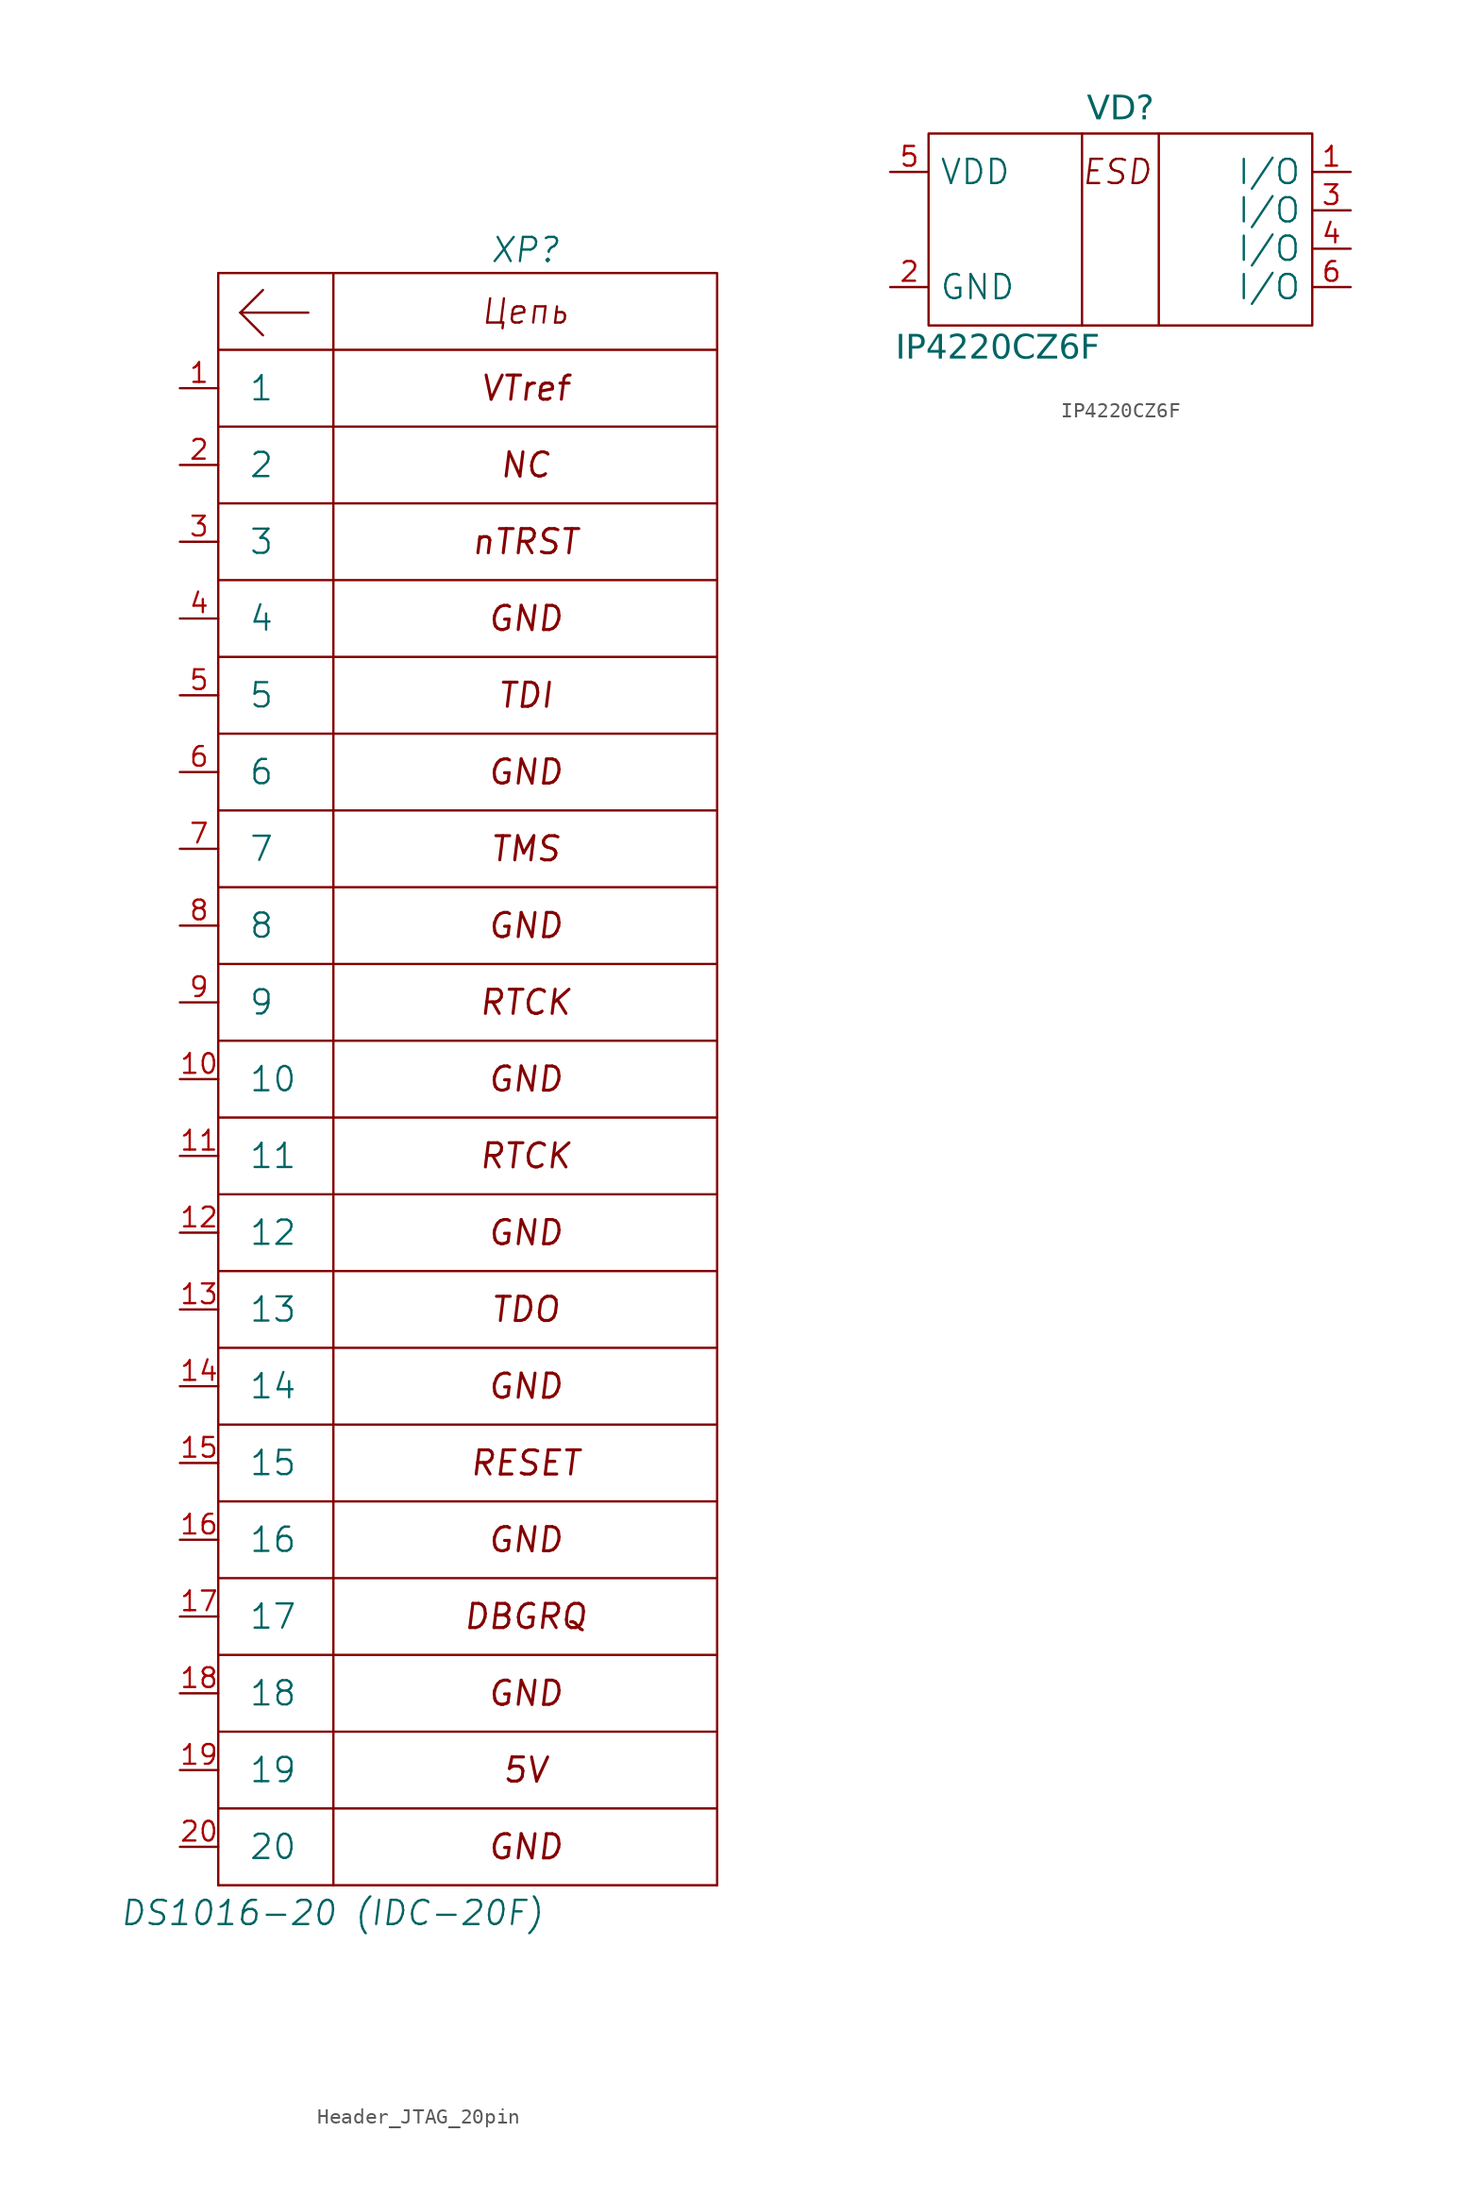
<source format=kicad_sym>
(kicad_symbol_lib
  (version 20231120)
  (generator "kicad_symbol_editor")
  (generator_version "8.0")
  (symbol "Header_JTAG_20pin"
    (pin_names
      (offset 2))
    (property "Reference" "XP"
      (at 22.86 9.144 0)
      (effects (font (size 1.6 1.6) (italic yes))))
    (property "Value" "DS1016-20 (IDC-20F)"
      (at 10.066 -100.894 0)
      (effects (font (size 1.6 1.6) (italic yes))))
    (symbol "Header_JTAG_20pin_0_1"
      (polyline (pts (xy 2.54 -93.98) (xy 2.54 -99.06)) (stroke (width 0) (type default)) (fill (type none)))
      (polyline (pts (xy 2.54 -88.9) (xy 2.54 -93.98)) (stroke (width 0) (type default)) (fill (type none)))
      (polyline (pts (xy 2.54 -83.82) (xy 2.54 -88.9)) (stroke (width 0) (type default)) (fill (type none)))
      (polyline (pts (xy 2.54 -78.74) (xy 2.54 -83.82)) (stroke (width 0) (type default)) (fill (type none)))
      (polyline (pts (xy 2.54 -73.66) (xy 2.54 -78.74)) (stroke (width 0) (type default)) (fill (type none)))
      (polyline (pts (xy 2.54 -68.58) (xy 2.54 -73.66)) (stroke (width 0) (type default)) (fill (type none)))
      (polyline (pts (xy 2.54 -63.5) (xy 2.54 -68.58)) (stroke (width 0) (type default)) (fill (type none)))
      (polyline (pts (xy 2.54 -58.42) (xy 2.54 -63.5)) (stroke (width 0) (type default)) (fill (type none)))
      (polyline (pts (xy 2.54 -53.34) (xy 2.54 -58.42)) (stroke (width 0) (type default)) (fill (type none)))
      (polyline (pts (xy 2.54 -48.26) (xy 2.54 -53.34)) (stroke (width 0) (type default)) (fill (type none)))
      (polyline (pts (xy 2.54 -43.18) (xy 2.54 -48.26)) (stroke (width 0) (type default)) (fill (type none)))
      (polyline (pts (xy 2.54 -38.1) (xy 2.54 -43.18)) (stroke (width 0) (type default)) (fill (type none)))
      (polyline (pts (xy 2.54 -33.02) (xy 2.54 -38.1)) (stroke (width 0) (type default)) (fill (type none)))
      (polyline (pts (xy 2.54 -27.94) (xy 2.54 -33.02)) (stroke (width 0) (type default)) (fill (type none)))
      (polyline (pts (xy 2.54 -22.86) (xy 2.54 -27.94)) (stroke (width 0) (type default)) (fill (type none)))
      (polyline (pts (xy 2.54 -17.78) (xy 2.54 -22.86)) (stroke (width 0) (type default)) (fill (type none)))
      (polyline (pts (xy 2.54 -12.7) (xy 2.54 -17.78)) (stroke (width 0) (type default)) (fill (type none)))
      (polyline (pts (xy 2.54 -7.62) (xy 2.54 -12.7)) (stroke (width 0) (type default)) (fill (type none)))
      (polyline (pts (xy 2.54 -2.54) (xy 2.54 -7.62)) (stroke (width 0) (type default)) (fill (type none)))
      (polyline (pts (xy 2.54 2.54) (xy 2.54 -2.54)) (stroke (width 0) (type default)) (fill (type none)))
      (polyline (pts (xy 2.54 7.62) (xy 2.54 2.54)) (stroke (width 0) (type default)) (fill (type none)))
      (polyline (pts (xy 2.54 -93.98) (xy 10.16 -93.98) (xy 10.16 -99.06)) (stroke (width 0) (type default)) (fill (type none)))
      (polyline (pts (xy 2.54 -88.9) (xy 10.16 -88.9) (xy 10.16 -93.98)) (stroke (width 0) (type default)) (fill (type none)))
      (polyline (pts (xy 2.54 -83.82) (xy 10.16 -83.82) (xy 10.16 -88.9)) (stroke (width 0) (type default)) (fill (type none)))
      (polyline (pts (xy 2.54 -78.74) (xy 10.16 -78.74) (xy 10.16 -83.82)) (stroke (width 0) (type default)) (fill (type none)))
      (polyline (pts (xy 2.54 -73.66) (xy 10.16 -73.66) (xy 10.16 -78.74)) (stroke (width 0) (type default)) (fill (type none)))
      (polyline (pts (xy 2.54 -68.58) (xy 10.16 -68.58) (xy 10.16 -73.66)) (stroke (width 0) (type default)) (fill (type none)))
      (polyline (pts (xy 2.54 -63.5) (xy 10.16 -63.5) (xy 10.16 -68.58)) (stroke (width 0) (type default)) (fill (type none)))
      (polyline (pts (xy 2.54 -58.42) (xy 10.16 -58.42) (xy 10.16 -63.5)) (stroke (width 0) (type default)) (fill (type none)))
      (polyline (pts (xy 2.54 -53.34) (xy 10.16 -53.34) (xy 10.16 -58.42)) (stroke (width 0) (type default)) (fill (type none)))
      (polyline (pts (xy 2.54 -48.26) (xy 10.16 -48.26) (xy 10.16 -53.34)) (stroke (width 0) (type default)) (fill (type none)))
      (polyline (pts (xy 2.54 -43.18) (xy 10.16 -43.18) (xy 10.16 -48.26)) (stroke (width 0) (type default)) (fill (type none)))
      (polyline (pts (xy 2.54 -38.1) (xy 10.16 -38.1) (xy 10.16 -43.18)) (stroke (width 0) (type default)) (fill (type none)))
      (polyline (pts (xy 2.54 -33.02) (xy 10.16 -33.02) (xy 10.16 -38.1)) (stroke (width 0) (type default)) (fill (type none)))
      (polyline (pts (xy 2.54 -27.94) (xy 10.16 -27.94) (xy 10.16 -33.02)) (stroke (width 0) (type default)) (fill (type none)))
      (polyline (pts (xy 2.54 -22.86) (xy 10.16 -22.86) (xy 10.16 -27.94)) (stroke (width 0) (type default)) (fill (type none)))
      (polyline (pts (xy 2.54 -17.78) (xy 10.16 -17.78) (xy 10.16 -22.86)) (stroke (width 0) (type default)) (fill (type none)))
      (polyline (pts (xy 2.54 -12.7) (xy 10.16 -12.7) (xy 10.16 -17.78)) (stroke (width 0) (type default)) (fill (type none)))
      (polyline (pts (xy 2.54 -7.62) (xy 10.16 -7.62) (xy 10.16 -12.7)) (stroke (width 0) (type default)) (fill (type none)))
      (polyline (pts (xy 2.54 -2.54) (xy 10.16 -2.54) (xy 10.16 -7.62)) (stroke (width 0) (type default)) (fill (type none)))
      (polyline (pts (xy 2.54 2.54) (xy 10.16 2.54) (xy 10.16 -2.54)) (stroke (width 0) (type default)) (fill (type none)))
      (polyline (pts (xy 2.54 7.62) (xy 10.16 7.62) (xy 10.16 2.54)) (stroke (width 0) (type default)) (fill (type none)))
      (polyline (pts (xy 10.16 -93.98) (xy 35.56 -93.98) (xy 35.56 -99.06)) (stroke (width 0) (type default)) (fill (type none)))
      (polyline (pts (xy 10.16 -88.9) (xy 35.56 -88.9) (xy 35.56 -93.98)) (stroke (width 0) (type default)) (fill (type none)))
      (polyline (pts (xy 10.16 -83.82) (xy 35.56 -83.82) (xy 35.56 -88.9)) (stroke (width 0) (type default)) (fill (type none)))
      (polyline (pts (xy 10.16 -78.74) (xy 35.56 -78.74) (xy 35.56 -83.82)) (stroke (width 0) (type default)) (fill (type none)))
      (polyline (pts (xy 10.16 -73.66) (xy 35.56 -73.66) (xy 35.56 -78.74)) (stroke (width 0) (type default)) (fill (type none)))
      (polyline (pts (xy 10.16 -68.58) (xy 35.56 -68.58) (xy 35.56 -73.66)) (stroke (width 0) (type default)) (fill (type none)))
      (polyline (pts (xy 10.16 -63.5) (xy 35.56 -63.5) (xy 35.56 -68.58)) (stroke (width 0) (type default)) (fill (type none)))
      (polyline (pts (xy 10.16 -58.42) (xy 35.56 -58.42) (xy 35.56 -63.5)) (stroke (width 0) (type default)) (fill (type none)))
      (polyline (pts (xy 10.16 -53.34) (xy 35.56 -53.34) (xy 35.56 -58.42)) (stroke (width 0) (type default)) (fill (type none)))
      (polyline (pts (xy 10.16 -48.26) (xy 35.56 -48.26) (xy 35.56 -53.34)) (stroke (width 0) (type default)) (fill (type none)))
      (polyline (pts (xy 10.16 -43.18) (xy 35.56 -43.18) (xy 35.56 -48.26)) (stroke (width 0) (type default)) (fill (type none)))
      (polyline (pts (xy 10.16 -38.1) (xy 35.56 -38.1) (xy 35.56 -43.18)) (stroke (width 0) (type default)) (fill (type none)))
      (polyline (pts (xy 10.16 -33.02) (xy 35.56 -33.02) (xy 35.56 -38.1)) (stroke (width 0) (type default)) (fill (type none)))
      (polyline (pts (xy 10.16 -27.94) (xy 35.56 -27.94) (xy 35.56 -33.02)) (stroke (width 0) (type default)) (fill (type none)))
      (polyline (pts (xy 10.16 -22.86) (xy 35.56 -22.86) (xy 35.56 -27.94)) (stroke (width 0) (type default)) (fill (type none)))
      (polyline (pts (xy 10.16 -17.78) (xy 35.56 -17.78) (xy 35.56 -22.86)) (stroke (width 0) (type default)) (fill (type none)))
      (polyline (pts (xy 10.16 -12.7) (xy 35.56 -12.7) (xy 35.56 -17.78)) (stroke (width 0) (type default)) (fill (type none)))
      (polyline (pts (xy 10.16 -7.62) (xy 35.56 -7.62) (xy 35.56 -12.7)) (stroke (width 0) (type default)) (fill (type none)))
      (polyline (pts (xy 10.16 -2.54) (xy 35.56 -2.54) (xy 35.56 -7.62)) (stroke (width 0) (type default)) (fill (type none)))
      (polyline (pts (xy 10.16 2.54) (xy 35.56 2.54) (xy 35.56 -2.54)) (stroke (width 0) (type default)) (fill (type none)))
      (polyline (pts (xy 10.16 7.62) (xy 35.56 7.62) (xy 35.56 2.54)) (stroke (width 0) (type default)) (fill (type none))))
    (symbol "Header_JTAG_20pin_1_1"
      (polyline (pts (xy 2.54 -99.06) (xy 35.56 -99.06)) (stroke (width 0) (type default)) (fill (type none)))
      (polyline (pts (xy 4 5) (xy 5.5 3.5)) (stroke (width 0) (type default)) (fill (type none)))
      (polyline (pts (xy 4 5) (xy 5.5 6.5)) (stroke (width 0) (type default)) (fill (type none)))
      (polyline (pts (xy 4 5) (xy 8.5 5)) (stroke (width 0) (type default)) (fill (type none)))
      (text "5V" (at 22.86 -91.44 0) (effects (font (size 1.6 1.6) (thickness 0.2) (italic yes))))
      (text "DBGRQ" (at 22.86 -81.28 0) (effects (font (size 1.6 1.6) (thickness 0.2) (italic yes))))
      (text "GND" (at 22.86 -96.52 0) (effects (font (size 1.6 1.6) (thickness 0.2) (italic yes))))
      (text "GND" (at 22.86 -86.36 0) (effects (font (size 1.6 1.6) (thickness 0.2) (italic yes))))
      (text "GND" (at 22.86 -76.2 0) (effects (font (size 1.6 1.6) (thickness 0.2) (italic yes))))
      (text "GND" (at 22.86 -66.04 0) (effects (font (size 1.6 1.6) (thickness 0.2) (italic yes))))
      (text "GND" (at 22.86 -55.88 0) (effects (font (size 1.6 1.6) (thickness 0.2) (italic yes))))
      (text "GND" (at 22.86 -45.72 0) (effects (font (size 1.6 1.6) (thickness 0.2) (italic yes))))
      (text "GND" (at 22.86 -35.56 0) (effects (font (size 1.6 1.6) (thickness 0.2) (italic yes))))
      (text "GND" (at 22.86 -25.4 0) (effects (font (size 1.6 1.6) (thickness 0.2) (italic yes))))
      (text "GND" (at 22.86 -15.24 0) (effects (font (size 1.6 1.6) (thickness 0.2) (italic yes))))
      (text "NC" (at 22.86 -5.08 0) (effects (font (size 1.6 1.6) (thickness 0.2) (italic yes))))
      (text "nTRST" (at 22.86 -10.16 0) (effects (font (size 1.6 1.6) (thickness 0.2) (italic yes))))
      (text "RESET" (at 22.86 -71.12 0) (effects (font (size 1.6 1.6) (thickness 0.2) (italic yes))))
      (text "RTCK" (at 22.86 -50.8 0) (effects (font (size 1.6 1.6) (thickness 0.2) (italic yes))))
      (text "RTCK" (at 22.86 -40.64 0) (effects (font (size 1.6 1.6) (thickness 0.2) (italic yes))))
      (text "TDI" (at 22.86 -20.32 0) (effects (font (size 1.6 1.6) (thickness 0.2) (italic yes))))
      (text "TDO" (at 22.86 -60.96 0) (effects (font (size 1.6 1.6) (thickness 0.2) (italic yes))))
      (text "TMS" (at 22.86 -30.48 0) (effects (font (size 1.6 1.6) (thickness 0.2) (italic yes))))
      (text "VTref" (at 22.86 0 0) (effects (font (size 1.6 1.6) (thickness 0.2) (italic yes))))
      (text "Цепь" (at 22.86 5.08 0) (effects (font (size 1.6 1.6) (italic yes))))
      (pin passive line (at 0 0 0) (length 2.54) (name "1" (effects (font (size 1.6 1.6)))) (number "1" (effects (font (size 1.3 1.3)))))
      (pin passive line (at 0 -45.72 0) (length 2.54) (name "10" (effects (font (size 1.6 1.6)))) (number "10" (effects (font (size 1.3 1.3)))))
      (pin passive line (at 0 -50.8 0) (length 2.54) (name "11" (effects (font (size 1.6 1.6)))) (number "11" (effects (font (size 1.3 1.3)))))
      (pin passive line (at 0 -55.88 0) (length 2.54) (name "12" (effects (font (size 1.6 1.6)))) (number "12" (effects (font (size 1.3 1.3)))))
      (pin passive line (at 0 -60.96 0) (length 2.54) (name "13" (effects (font (size 1.6 1.6)))) (number "13" (effects (font (size 1.3 1.3)))))
      (pin passive line (at 0 -66.04 0) (length 2.54) (name "14" (effects (font (size 1.6 1.6)))) (number "14" (effects (font (size 1.3 1.3)))))
      (pin passive line (at 0 -71.12 0) (length 2.54) (name "15" (effects (font (size 1.6 1.6)))) (number "15" (effects (font (size 1.3 1.3)))))
      (pin passive line (at 0 -76.2 0) (length 2.54) (name "16" (effects (font (size 1.6 1.6)))) (number "16" (effects (font (size 1.3 1.3)))))
      (pin passive line (at 0 -81.28 0) (length 2.54) (name "17" (effects (font (size 1.6 1.6)))) (number "17" (effects (font (size 1.3 1.3)))))
      (pin passive line (at 0 -86.36 0) (length 2.54) (name "18" (effects (font (size 1.6 1.6)))) (number "18" (effects (font (size 1.3 1.3)))))
      (pin passive line (at 0 -91.44 0) (length 2.54) (name "19" (effects (font (size 1.6 1.6)))) (number "19" (effects (font (size 1.3 1.3)))))
      (pin passive line (at 0 -5.08 0) (length 2.54) (name "2" (effects (font (size 1.6 1.6)))) (number "2" (effects (font (size 1.3 1.3)))))
      (pin passive line (at 0 -96.52 0) (length 2.54) (name "20" (effects (font (size 1.6 1.6)))) (number "20" (effects (font (size 1.3 1.3)))))
      (pin passive line (at 0 -10.16 0) (length 2.54) (name "3" (effects (font (size 1.6 1.6)))) (number "3" (effects (font (size 1.3 1.3)))))
      (pin passive line (at 0 -15.24 0) (length 2.54) (name "4" (effects (font (size 1.6 1.6)))) (number "4" (effects (font (size 1.3 1.3)))))
      (pin passive line (at 0 -20.32 0) (length 2.54) (name "5" (effects (font (size 1.6 1.6)))) (number "5" (effects (font (size 1.3 1.3)))))
      (pin passive line (at 0 -25.4 0) (length 2.54) (name "6" (effects (font (size 1.6 1.6)))) (number "6" (effects (font (size 1.3 1.3)))))
      (pin passive line (at 0 -30.48 0) (length 2.54) (name "7" (effects (font (size 1.6 1.6)))) (number "7" (effects (font (size 1.3 1.3)))))
      (pin passive line (at 0 -35.56 0) (length 2.54) (name "8" (effects (font (size 1.6 1.6)))) (number "8" (effects (font (size 1.3 1.3)))))
      (pin passive line (at 0 -40.64 0) (length 2.54) (name "9" (effects (font (size 1.6 1.6)))) (number "9" (effects (font (size 1.3 1.3)))))))
  (symbol "IP4220CZ6F"
    (pin_names
      (offset 0.7))
    (property "Reference" "VD"
      (at 0 5.08 0)
      (effects (font (face "GOST type A") (size 1.6 1.6) (italic yes)) (justify top)))
    (property "Value" "IP4220CZ6F"
      (at -8.128 -11.684 0)
      (effects (font (face "GOST type A") (size 1.6 1.6) (italic yes))))
    (symbol "IP4220CZ6F_0_1"
      (polyline (pts (xy -2.54 2.54) (xy -2.54 -10.16)) (stroke (width 0) (type default)) (fill (type none)))
      (polyline (pts (xy 2.54 2.54) (xy 2.54 -10.16)) (stroke (width 0) (type default)) (fill (type none))))
    (symbol "IP4220CZ6F_1_1"
      (polyline (pts (xy -12.7 -10.16) (xy -12.7 2.54) (xy 12.7 2.54) (xy 12.7 -10.16) (xy -12.7 -10.16) (xy -12.7 -10.16)) (stroke (width 0) (type default)) (fill (type none)))
      (text "ESD" (at -0.254 0 0) (effects (font (size 1.6 1.6) (italic yes))))
      (pin passive line (at 15.24 0 180) (length 2.54) (name "I/O" (effects (font (size 1.6 1.6)))) (number "1" (effects (font (size 1.3 1.3)))))
      (pin passive line (at -15.24 -7.62 0) (length 2.54) (name "GND" (effects (font (size 1.6 1.6)))) (number "2" (effects (font (size 1.3 1.3)))))
      (pin passive line (at 15.24 -2.54 180) (length 2.54) (name "I/O" (effects (font (size 1.6 1.6)))) (number "3" (effects (font (size 1.3 1.3)))))
      (pin passive line (at 15.24 -5.08 180) (length 2.54) (name "I/O" (effects (font (size 1.6 1.6)))) (number "4" (effects (font (size 1.3 1.3)))))
      (pin passive line (at -15.24 0 0) (length 2.54) (name "VDD" (effects (font (size 1.6 1.6)))) (number "5" (effects (font (size 1.3 1.3)))))
      (pin passive line (at 15.24 -7.62 180) (length 2.54) (name "I/O" (effects (font (size 1.6 1.6)))) (number "6" (effects (font (size 1.3 1.3))))))))
</source>
